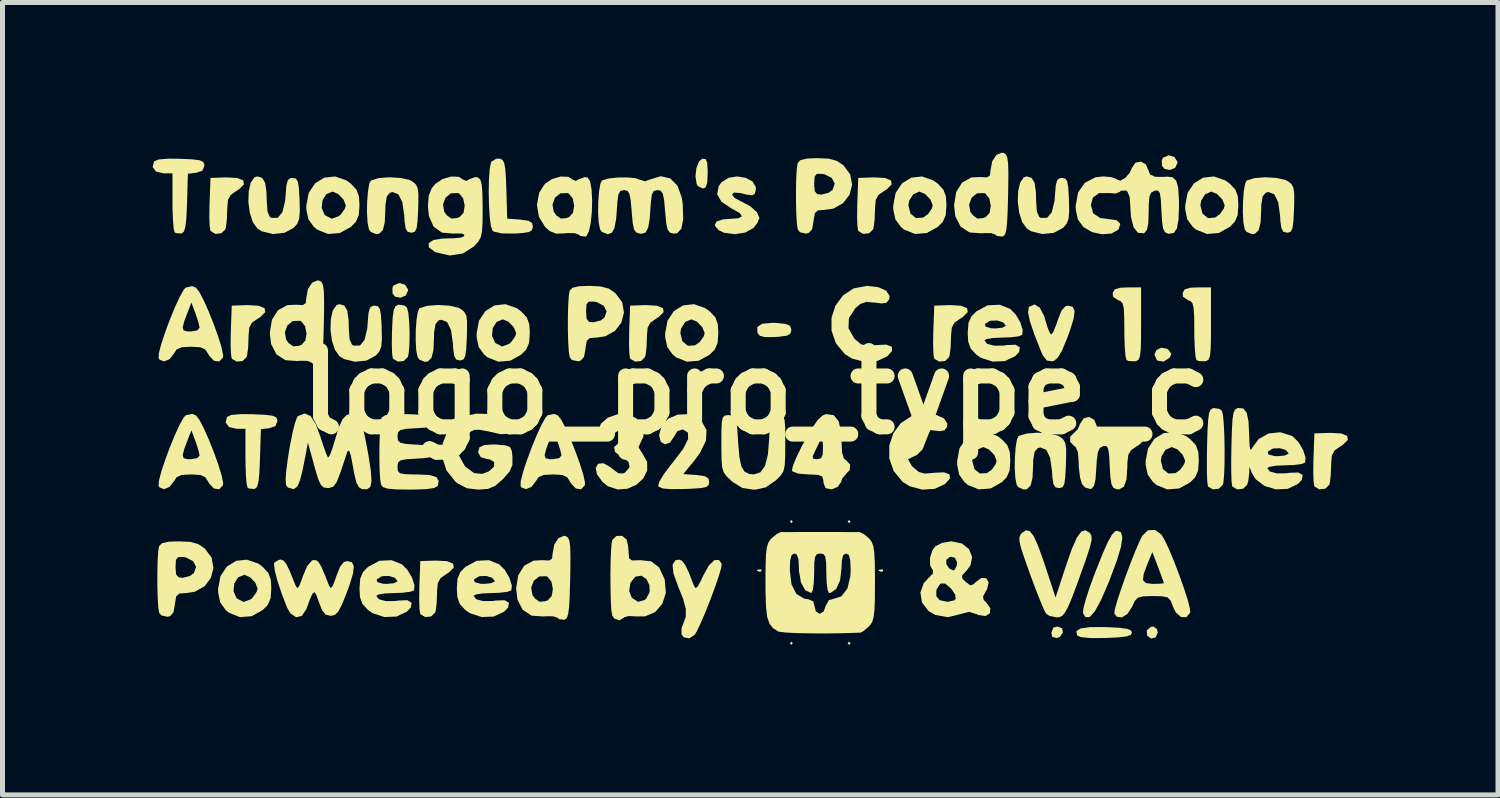
<source format=kicad_pcb>
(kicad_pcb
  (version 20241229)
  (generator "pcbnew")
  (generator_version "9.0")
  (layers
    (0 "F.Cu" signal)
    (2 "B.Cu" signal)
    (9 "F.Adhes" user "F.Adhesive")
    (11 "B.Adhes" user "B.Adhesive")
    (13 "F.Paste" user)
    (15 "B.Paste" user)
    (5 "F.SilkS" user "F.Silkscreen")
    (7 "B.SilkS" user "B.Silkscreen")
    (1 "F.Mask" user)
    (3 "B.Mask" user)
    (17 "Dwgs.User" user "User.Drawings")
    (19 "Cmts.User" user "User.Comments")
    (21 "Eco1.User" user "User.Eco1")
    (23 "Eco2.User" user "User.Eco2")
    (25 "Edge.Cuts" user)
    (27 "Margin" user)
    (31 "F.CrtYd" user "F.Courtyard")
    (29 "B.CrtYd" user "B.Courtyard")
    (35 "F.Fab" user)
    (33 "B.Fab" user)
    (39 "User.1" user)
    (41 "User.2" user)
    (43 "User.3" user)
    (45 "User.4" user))
  (footprint "logo_pro_type_c"
    (layer "F.Cu")
    (at 12.063 4.789)
    (property "Reference" "logo_pro_type_c" (at 0 0 0) (layer "F.SilkS") (effects (font (size 1.524 1.524) (thickness 0.3))))
    (attr board_only exclude_from_pos_files exclude_from_bom)
    (fp_poly (pts (xy 0.729 2.583) (xy 0.699 2.613) (xy 0.668 2.583) (xy 0.699 2.552)) (stroke (width 0) (type solid)) (fill yes) (layer "F.SilkS"))
    (fp_poly (pts (xy 0.729 5.013) (xy 0.699 5.044) (xy 0.668 5.013) (xy 0.699 4.983)) (stroke (width 0) (type solid)) (fill yes) (layer "F.SilkS"))
    (fp_poly (pts (xy 1.884 2.583) (xy 1.853 2.613) (xy 1.823 2.583) (xy 1.853 2.552)) (stroke (width 0) (type solid)) (fill yes) (layer "F.SilkS"))
    (fp_poly (pts (xy 1.884 5.013) (xy 1.853 5.044) (xy 1.823 5.013) (xy 1.853 4.983)) (stroke (width 0) (type solid)) (fill yes) (layer "F.SilkS"))
    (fp_poly (pts (xy 0.101 3.545) (xy 0.093 3.581) (xy 0.061 3.585) (xy 0.011 3.563) (xy 0.02 3.545) (xy 0.092 3.537)) (stroke (width 0) (type solid)) (fill yes) (layer "F.SilkS"))
    (fp_poly (pts (xy 2.532 3.545) (xy 2.524 3.581) (xy 2.491 3.585) (xy 2.441 3.563) (xy 2.451 3.545) (xy 2.523 3.537)) (stroke (width 0) (type solid)) (fill yes) (layer "F.SilkS"))
    (fp_poly (pts (xy 6.11 4.717) (xy 6.125 4.8) (xy 6.069 4.882) (xy 6 4.911) (xy 5.913 4.888) (xy 5.894 4.805) (xy 5.934 4.701) (xy 6.02 4.679)) (stroke (width 0) (type solid)) (fill yes) (layer "F.SilkS"))
    (fp_poly (pts (xy 8.004 4.73) (xy 8.021 4.8) (xy 7.978 4.898) (xy 7.886 4.92) (xy 7.808 4.861) (xy 7.8 4.759) (xy 7.879 4.688) (xy 7.933 4.679)) (stroke (width 0) (type solid)) (fill yes) (layer "F.SilkS"))
    (fp_poly (pts (xy -7.019 -2.15) (xy -6.959 -2.053) (xy -6.958 -2.035) (xy -7.005 -1.935) (xy -7.11 -1.89) (xy -7.219 -1.912) (xy -7.27 -1.975) (xy -7.272 -2.092) (xy -7.246 -2.137) (xy -7.133 -2.184)) (stroke (width 0) (type solid)) (fill yes) (layer "F.SilkS"))
    (fp_poly (pts (xy 8.206 -0.87) (xy 8.235 -0.849) (xy 8.293 -0.765) (xy 8.257 -0.691) (xy 8.14 -0.614) (xy 8.021 -0.631) (xy 8.001 -0.648) (xy 7.954 -0.753) (xy 7.994 -0.843) (xy 8.089 -0.892)) (stroke (width 0) (type solid)) (fill yes) (layer "F.SilkS"))
    (fp_poly (pts (xy 8.354 -4.702) (xy 8.415 -4.605) (xy 8.416 -4.587) (xy 8.369 -4.487) (xy 8.264 -4.442) (xy 8.155 -4.465) (xy 8.104 -4.527) (xy 8.102 -4.644) (xy 8.128 -4.689) (xy 8.241 -4.736)) (stroke (width 0) (type solid)) (fill yes) (layer "F.SilkS"))
    (fp_poly (pts (xy -1.015 -4.662) (xy -0.983 -4.595) (xy -0.973 -4.44) (xy -0.972 -4.38) (xy -0.981 -4.188) (xy -1.014 -4.093) (xy -1.065 -4.071) (xy -1.167 -4.119) (xy -1.191 -4.157) (xy -1.217 -4.313) (xy -1.198 -4.482) (xy -1.144 -4.616) (xy -1.079 -4.668)) (stroke (width 0) (type solid)) (fill yes) (layer "F.SilkS"))
    (fp_poly (pts (xy 0.402 -1.386) (xy 0.583 -1.367) (xy 0.672 -1.33) (xy 0.698 -1.262) (xy 0.699 -1.246) (xy 0.681 -1.173) (xy 0.61 -1.132) (xy 0.456 -1.111) (xy 0.379 -1.106) (xy 0.179 -1.103) (xy 0.069 -1.129) (xy 0.022 -1.186) (xy 0.018 -1.304) (xy 0.119 -1.371) (xy 0.328 -1.389)) (stroke (width 0) (type solid)) (fill yes) (layer "F.SilkS"))
    (fp_poly (pts (xy 6.994 4.692) (xy 7.252 4.705) (xy 7.41 4.726) (xy 7.487 4.759) (xy 7.505 4.8) (xy 7.48 4.847) (xy 7.395 4.878) (xy 7.226 4.897) (xy 6.978 4.909) (xy 6.678 4.911) (xy 6.486 4.892) (xy 6.409 4.858) (xy 6.394 4.774) (xy 6.476 4.719) (xy 6.662 4.692) (xy 6.96 4.69)) (stroke (width 0) (type solid)) (fill yes) (layer "F.SilkS"))
    (fp_poly (pts (xy -7.027 -1.733) (xy -6.981 -1.692) (xy -6.954 -1.589) (xy -6.937 -1.406) (xy -6.929 -1.183) (xy -6.932 -0.961) (xy -6.947 -0.782) (xy -6.964 -0.704) (xy -7.045 -0.626) (xy -7.162 -0.613) (xy -7.255 -0.667) (xy -7.266 -0.689) (xy -7.279 -0.786) (xy -7.284 -0.968) (xy -7.281 -1.2) (xy -7.279 -1.25) (xy -7.267 -1.495) (xy -7.246 -1.643) (xy -7.211 -1.72) (xy -7.156 -1.751) (xy -7.147 -1.752)) (stroke (width 0) (type solid)) (fill yes) (layer "F.SilkS"))
    (fp_poly (pts (xy 7.287 2.798) (xy 7.313 2.903) (xy 7.285 3.089) (xy 7.203 3.363) (xy 7.064 3.735) (xy 7.04 3.797) (xy 6.889 4.145) (xy 6.764 4.376) (xy 6.66 4.491) (xy 6.579 4.493) (xy 6.526 4.41) (xy 6.534 4.321) (xy 6.581 4.143) (xy 6.659 3.901) (xy 6.763 3.617) (xy 6.793 3.54) (xy 6.924 3.214) (xy 7.025 2.988) (xy 7.103 2.848) (xy 7.166 2.779) (xy 7.209 2.765)) (stroke (width 0) (type solid)) (fill yes) (layer "F.SilkS"))
    (fp_poly (pts (xy -10.372 -4.283) (xy -10.252 -4.233) (xy -10.238 -4.155) (xy -10.339 -4.055) (xy -10.391 -4.023) (xy -10.504 -3.943) (xy -10.557 -3.845) (xy -10.572 -3.681) (xy -10.573 -3.636) (xy -10.581 -3.444) (xy -10.6 -3.293) (xy -10.61 -3.256) (xy -10.691 -3.178) (xy -10.808 -3.165) (xy -10.901 -3.22) (xy -10.912 -3.241) (xy -10.925 -3.338) (xy -10.93 -3.52) (xy -10.927 -3.752) (xy -10.925 -3.803) (xy -10.907 -4.284) (xy -10.593 -4.295)) (stroke (width 0) (type solid)) (fill yes) (layer "F.SilkS"))
    (fp_poly (pts (xy -9.947 -1.73) (xy -9.826 -1.681) (xy -9.813 -1.602) (xy -9.913 -1.503) (xy -9.966 -1.47) (xy -10.079 -1.391) (xy -10.132 -1.292) (xy -10.147 -1.129) (xy -10.147 -1.084) (xy -10.155 -0.891) (xy -10.175 -0.741) (xy -10.185 -0.704) (xy -10.265 -0.626) (xy -10.382 -0.613) (xy -10.475 -0.667) (xy -10.487 -0.689) (xy -10.499 -0.786) (xy -10.505 -0.968) (xy -10.502 -1.2) (xy -10.5 -1.251) (xy -10.482 -1.732) (xy -10.168 -1.743)) (stroke (width 0) (type solid)) (fill yes) (layer "F.SilkS"))
    (fp_poly (pts (xy -6.179 3.374) (xy -6.059 3.423) (xy -6.046 3.502) (xy -6.146 3.601) (xy -6.198 3.634) (xy -6.311 3.713) (xy -6.365 3.812) (xy -6.38 3.976) (xy -6.38 4.021) (xy -6.388 4.213) (xy -6.407 4.364) (xy -6.417 4.401) (xy -6.498 4.478) (xy -6.615 4.491) (xy -6.708 4.437) (xy -6.719 4.415) (xy -6.732 4.319) (xy -6.737 4.137) (xy -6.734 3.905) (xy -6.733 3.853) (xy -6.715 3.372) (xy -6.4 3.362)) (stroke (width 0) (type solid)) (fill yes) (layer "F.SilkS"))
    (fp_poly (pts (xy -1.986 -1.73) (xy -1.866 -1.681) (xy -1.853 -1.602) (xy -1.953 -1.503) (xy -2.006 -1.47) (xy -2.119 -1.391) (xy -2.172 -1.292) (xy -2.187 -1.129) (xy -2.187 -1.084) (xy -2.195 -0.891) (xy -2.214 -0.741) (xy -2.224 -0.704) (xy -2.305 -0.626) (xy -2.422 -0.613) (xy -2.515 -0.667) (xy -2.526 -0.689) (xy -2.539 -0.786) (xy -2.544 -0.968) (xy -2.541 -1.2) (xy -2.54 -1.251) (xy -2.522 -1.732) (xy -2.208 -1.743)) (stroke (width 0) (type solid)) (fill yes) (layer "F.SilkS"))
    (fp_poly (pts (xy 2.571 -4.283) (xy 2.691 -4.233) (xy 2.705 -4.155) (xy 2.605 -4.055) (xy 2.552 -4.023) (xy 2.439 -3.943) (xy 2.386 -3.845) (xy 2.371 -3.681) (xy 2.37 -3.636) (xy 2.362 -3.444) (xy 2.343 -3.293) (xy 2.333 -3.256) (xy 2.253 -3.178) (xy 2.135 -3.165) (xy 2.042 -3.22) (xy 2.031 -3.241) (xy 2.018 -3.338) (xy 2.013 -3.52) (xy 2.016 -3.752) (xy 2.018 -3.803) (xy 2.036 -4.284) (xy 2.35 -4.295)) (stroke (width 0) (type solid)) (fill yes) (layer "F.SilkS"))
    (fp_poly (pts (xy 4.09 -1.73) (xy 4.211 -1.681) (xy 4.224 -1.602) (xy 4.124 -1.503) (xy 4.071 -1.47) (xy 3.958 -1.391) (xy 3.905 -1.292) (xy 3.89 -1.129) (xy 3.889 -1.084) (xy 3.882 -0.891) (xy 3.862 -0.741) (xy 3.852 -0.704) (xy 3.772 -0.626) (xy 3.655 -0.613) (xy 3.561 -0.667) (xy 3.55 -0.689) (xy 3.537 -0.786) (xy 3.532 -0.968) (xy 3.535 -1.2) (xy 3.537 -1.251) (xy 3.555 -1.732) (xy 3.869 -1.743)) (stroke (width 0) (type solid)) (fill yes) (layer "F.SilkS"))
    (fp_poly (pts (xy 11.686 0.822) (xy 11.806 0.871) (xy 11.819 0.95) (xy 11.719 1.049) (xy 11.667 1.082) (xy 11.554 1.161) (xy 11.5 1.26) (xy 11.485 1.424) (xy 11.485 1.469) (xy 11.477 1.661) (xy 11.458 1.811) (xy 11.448 1.848) (xy 11.367 1.926) (xy 11.25 1.939) (xy 11.157 1.885) (xy 11.146 1.863) (xy 11.133 1.767) (xy 11.128 1.584) (xy 11.131 1.352) (xy 11.133 1.301) (xy 11.15 0.82) (xy 11.465 0.81)) (stroke (width 0) (type solid)) (fill yes) (layer "F.SilkS"))
    (fp_poly (pts (xy 7.687 -1.367) (xy 7.686 -1.059) (xy 7.68 -0.852) (xy 7.665 -0.724) (xy 7.64 -0.657) (xy 7.599 -0.628) (xy 7.563 -0.62) (xy 7.442 -0.624) (xy 7.396 -0.646) (xy 7.377 -0.722) (xy 7.362 -0.89) (xy 7.354 -1.12) (xy 7.353 -1.249) (xy 7.35 -1.514) (xy 7.341 -1.681) (xy 7.318 -1.776) (xy 7.277 -1.823) (xy 7.226 -1.842) (xy 7.127 -1.911) (xy 7.12 -1.986) (xy 7.161 -2.057) (xy 7.268 -2.09) (xy 7.414 -2.096) (xy 7.687 -2.096)) (stroke (width 0) (type solid)) (fill yes) (layer "F.SilkS"))
    (fp_poly (pts (xy 9.084 -1.367) (xy 9.083 -1.059) (xy 9.077 -0.852) (xy 9.063 -0.724) (xy 9.037 -0.657) (xy 8.996 -0.628) (xy 8.96 -0.62) (xy 8.84 -0.624) (xy 8.793 -0.646) (xy 8.774 -0.722) (xy 8.76 -0.89) (xy 8.751 -1.12) (xy 8.75 -1.249) (xy 8.748 -1.514) (xy 8.738 -1.681) (xy 8.715 -1.776) (xy 8.674 -1.823) (xy 8.623 -1.842) (xy 8.525 -1.911) (xy 8.518 -1.986) (xy 8.559 -2.057) (xy 8.666 -2.09) (xy 8.812 -2.096) (xy 9.084 -2.096)) (stroke (width 0) (type solid)) (fill yes) (layer "F.SilkS"))
    (fp_poly (pts (xy 9.258 0.333) (xy 9.304 0.374) (xy 9.325 0.466) (xy 9.341 0.649) (xy 9.352 0.89) (xy 9.356 1.157) (xy 9.355 1.42) (xy 9.347 1.646) (xy 9.332 1.804) (xy 9.321 1.848) (xy 9.241 1.926) (xy 9.124 1.94) (xy 9.031 1.887) (xy 9.02 1.865) (xy 9.009 1.776) (xy 9.003 1.592) (xy 9.002 1.341) (xy 9.006 1.061) (xy 9.015 0.752) (xy 9.028 0.543) (xy 9.046 0.416) (xy 9.076 0.348) (xy 9.119 0.319) (xy 9.138 0.314)) (stroke (width 0) (type solid)) (fill yes) (layer "F.SilkS"))
    (fp_poly (pts (xy -5.074 -4.646) (xy -5.039 -4.586) (xy -5.017 -4.466) (xy -5.003 -4.264) (xy -4.996 -4.059) (xy -4.978 -3.47) (xy -4.722 -3.452) (xy -4.556 -3.429) (xy -4.481 -3.382) (xy -4.466 -3.312) (xy -4.481 -3.243) (xy -4.544 -3.203) (xy -4.683 -3.182) (xy -4.831 -3.172) (xy -5.081 -3.175) (xy -5.239 -3.209) (xy -5.272 -3.23) (xy -5.304 -3.321) (xy -5.328 -3.501) (xy -5.342 -3.737) (xy -5.348 -3.997) (xy -5.343 -4.247) (xy -5.329 -4.455) (xy -5.303 -4.589) (xy -5.294 -4.609) (xy -5.197 -4.668) (xy -5.127 -4.669)) (stroke (width 0) (type solid)) (fill yes) (layer "F.SilkS"))
    (fp_poly (pts (xy -11.51 -4.666) (xy -11.269 -4.655) (xy -11.125 -4.637) (xy -11.053 -4.605) (xy -11.03 -4.553) (xy -11.029 -4.527) (xy -11.07 -4.427) (xy -11.194 -4.386) (xy -11.359 -4.367) (xy -11.376 -3.78) (xy -11.388 -3.498) (xy -11.407 -3.317) (xy -11.435 -3.217) (xy -11.478 -3.176) (xy -11.488 -3.174) (xy -11.596 -3.181) (xy -11.624 -3.198) (xy -11.643 -3.274) (xy -11.657 -3.442) (xy -11.666 -3.673) (xy -11.667 -3.808) (xy -11.667 -4.375) (xy -11.843 -4.375) (xy -11.996 -4.411) (xy -12.063 -4.502) (xy -12.036 -4.611) (xy -11.95 -4.652) (xy -11.754 -4.669)) (stroke (width 0) (type solid)) (fill yes) (layer "F.SilkS"))
    (fp_poly (pts (xy -10.051 0.438) (xy -9.81 0.45) (xy -9.666 0.468) (xy -9.595 0.499) (xy -9.572 0.551) (xy -9.571 0.577) (xy -9.611 0.677) (xy -9.736 0.718) (xy -9.9 0.737) (xy -9.918 1.325) (xy -9.93 1.606) (xy -9.948 1.787) (xy -9.977 1.888) (xy -10.019 1.928) (xy -10.029 1.931) (xy -10.137 1.923) (xy -10.166 1.906) (xy -10.185 1.83) (xy -10.199 1.662) (xy -10.207 1.431) (xy -10.209 1.296) (xy -10.209 0.729) (xy -10.384 0.729) (xy -10.537 0.694) (xy -10.605 0.602) (xy -10.577 0.493) (xy -10.492 0.452) (xy -10.296 0.435)) (stroke (width 0) (type solid)) (fill yes) (layer "F.SilkS"))
    (fp_poly (pts (xy 5.663 -1.692) (xy 5.75 -1.525) (xy 5.778 -1.43) (xy 5.828 -1.268) (xy 5.874 -1.169) (xy 5.891 -1.155) (xy 5.932 -1.207) (xy 5.989 -1.342) (xy 6.023 -1.443) (xy 6.096 -1.63) (xy 6.173 -1.718) (xy 6.231 -1.732) (xy 6.322 -1.708) (xy 6.359 -1.626) (xy 6.34 -1.472) (xy 6.265 -1.231) (xy 6.213 -1.09) (xy 6.113 -0.848) (xy 6.031 -0.702) (xy 5.953 -0.632) (xy 5.909 -0.619) (xy 5.803 -0.636) (xy 5.721 -0.742) (xy 5.695 -0.801) (xy 5.554 -1.159) (xy 5.466 -1.419) (xy 5.43 -1.594) (xy 5.441 -1.693) (xy 5.453 -1.71) (xy 5.56 -1.756)) (stroke (width 0) (type solid)) (fill yes) (layer "F.SilkS"))
    (fp_poly (pts (xy -1.486 3.365) (xy -1.423 3.447) (xy -1.346 3.608) (xy -1.249 3.859) (xy -1.216 3.911) (xy -1.175 3.885) (xy -1.11 3.768) (xy -1.061 3.661) (xy -0.949 3.46) (xy -0.841 3.354) (xy -0.749 3.349) (xy -0.693 3.427) (xy -0.703 3.51) (xy -0.752 3.676) (xy -0.828 3.897) (xy -0.92 4.146) (xy -1.019 4.395) (xy -1.114 4.616) (xy -1.193 4.78) (xy -1.233 4.846) (xy -1.339 4.916) (xy -1.448 4.897) (xy -1.495 4.836) (xy -1.495 4.716) (xy -1.463 4.627) (xy -1.41 4.485) (xy -1.409 4.329) (xy -1.464 4.126) (xy -1.557 3.895) (xy -1.655 3.626) (xy -1.675 3.447) (xy -1.618 3.356) (xy -1.548 3.342)) (stroke (width 0) (type solid)) (fill yes) (layer "F.SilkS"))
    (fp_poly (pts (xy 2.44 -2.1) (xy 2.597 -2.029) (xy 2.663 -1.924) (xy 2.653 -1.857) (xy 2.603 -1.791) (xy 2.5 -1.776) (xy 2.372 -1.792) (xy 2.198 -1.807) (xy 2.077 -1.765) (xy 1.977 -1.679) (xy 1.849 -1.483) (xy 1.841 -1.28) (xy 1.952 -1.082) (xy 1.976 -1.057) (xy 2.091 -0.961) (xy 2.211 -0.928) (xy 2.39 -0.943) (xy 2.394 -0.944) (xy 2.596 -0.953) (xy 2.706 -0.912) (xy 2.713 -0.829) (xy 2.616 -0.719) (xy 2.409 -0.623) (xy 2.159 -0.608) (xy 1.913 -0.674) (xy 1.769 -0.763) (xy 1.588 -0.982) (xy 1.502 -1.232) (xy 1.502 -1.491) (xy 1.581 -1.733) (xy 1.731 -1.936) (xy 1.944 -2.076) (xy 2.211 -2.127)) (stroke (width 0) (type solid)) (fill yes) (layer "F.SilkS"))
    (fp_poly (pts (xy 3.595 0.452) (xy 3.752 0.523) (xy 3.817 0.628) (xy 3.808 0.695) (xy 3.757 0.761) (xy 3.655 0.776) (xy 3.526 0.76) (xy 3.353 0.745) (xy 3.232 0.787) (xy 3.132 0.873) (xy 3.004 1.069) (xy 2.995 1.273) (xy 3.106 1.47) (xy 3.13 1.495) (xy 3.246 1.591) (xy 3.365 1.624) (xy 3.544 1.609) (xy 3.548 1.608) (xy 3.751 1.599) (xy 3.86 1.64) (xy 3.868 1.723) (xy 3.77 1.833) (xy 3.563 1.929) (xy 3.314 1.944) (xy 3.067 1.878) (xy 2.923 1.789) (xy 2.743 1.571) (xy 2.656 1.32) (xy 2.657 1.062) (xy 2.736 0.819) (xy 2.886 0.616) (xy 3.099 0.477) (xy 3.366 0.425)) (stroke (width 0) (type solid)) (fill yes) (layer "F.SilkS"))
    (fp_poly (pts (xy -9.874 -4.285) (xy -9.815 -4.185) (xy -9.788 -3.996) (xy -9.783 -3.821) (xy -9.768 -3.612) (xy -9.721 -3.504) (xy -9.691 -3.485) (xy -9.562 -3.487) (xy -9.47 -3.601) (xy -9.416 -3.824) (xy -9.406 -3.94) (xy -9.39 -4.137) (xy -9.361 -4.241) (xy -9.308 -4.28) (xy -9.267 -4.284) (xy -9.203 -4.271) (xy -9.164 -4.217) (xy -9.142 -4.095) (xy -9.129 -3.88) (xy -9.127 -3.848) (xy -9.122 -3.613) (xy -9.136 -3.464) (xy -9.175 -3.366) (xy -9.245 -3.286) (xy -9.432 -3.186) (xy -9.661 -3.163) (xy -9.881 -3.217) (xy -9.967 -3.27) (xy -10.061 -3.399) (xy -10.122 -3.587) (xy -10.15 -3.801) (xy -10.144 -4.012) (xy -10.104 -4.186) (xy -10.031 -4.295) (xy -9.971 -4.314)) (stroke (width 0) (type solid)) (fill yes) (layer "F.SilkS"))
    (fp_poly (pts (xy -8.233 -1.733) (xy -8.174 -1.633) (xy -8.147 -1.443) (xy -8.143 -1.269) (xy -8.128 -1.06) (xy -8.08 -0.952) (xy -8.051 -0.933) (xy -7.921 -0.935) (xy -7.829 -1.049) (xy -7.775 -1.271) (xy -7.766 -1.387) (xy -7.75 -1.585) (xy -7.721 -1.689) (xy -7.667 -1.728) (xy -7.626 -1.732) (xy -7.562 -1.719) (xy -7.523 -1.665) (xy -7.501 -1.543) (xy -7.488 -1.328) (xy -7.487 -1.296) (xy -7.482 -1.061) (xy -7.495 -0.911) (xy -7.534 -0.814) (xy -7.605 -0.734) (xy -7.791 -0.634) (xy -8.021 -0.611) (xy -8.24 -0.665) (xy -8.326 -0.718) (xy -8.42 -0.847) (xy -8.481 -1.035) (xy -8.509 -1.249) (xy -8.503 -1.46) (xy -8.464 -1.634) (xy -8.39 -1.742) (xy -8.33 -1.762)) (stroke (width 0) (type solid)) (fill yes) (layer "F.SilkS"))
    (fp_poly (pts (xy -1.021 -1.682) (xy -0.93 -1.616) (xy -0.819 -1.497) (xy -0.77 -1.359) (xy -0.76 -1.185) (xy -0.774 -0.988) (xy -0.831 -0.856) (xy -0.93 -0.754) (xy -1.152 -0.631) (xy -1.388 -0.612) (xy -1.605 -0.699) (xy -1.674 -0.757) (xy -1.78 -0.905) (xy -1.821 -1.095) (xy -1.823 -1.174) (xy -1.821 -1.185) (xy -1.519 -1.185) (xy -1.476 -1.017) (xy -1.368 -0.93) (xy -1.228 -0.938) (xy -1.129 -1.007) (xy -1.051 -1.119) (xy -1.033 -1.185) (xy -1.08 -1.301) (xy -1.185 -1.41) (xy -1.298 -1.458) (xy -1.299 -1.458) (xy -1.423 -1.405) (xy -1.505 -1.274) (xy -1.519 -1.185) (xy -1.821 -1.185) (xy -1.775 -1.432) (xy -1.647 -1.624) (xy -1.463 -1.737) (xy -1.246 -1.761)) (stroke (width 0) (type solid)) (fill yes) (layer "F.SilkS"))
    (fp_poly (pts (xy -0.213 -4.286) (xy -0.077 -4.213) (xy -0.01 -4.1) (xy -0.012 -4.037) (xy -0.035 -3.963) (xy -0.085 -3.937) (xy -0.194 -3.951) (xy -0.32 -3.982) (xy -0.449 -3.991) (xy -0.486 -3.949) (xy -0.429 -3.879) (xy -0.319 -3.822) (xy -0.125 -3.721) (xy 0.012 -3.598) (xy 0.061 -3.485) (xy 0.021 -3.384) (xy -0.061 -3.281) (xy -0.223 -3.192) (xy -0.438 -3.16) (xy -0.649 -3.189) (xy -0.757 -3.242) (xy -0.833 -3.335) (xy -0.799 -3.411) (xy -0.667 -3.456) (xy -0.553 -3.464) (xy -0.362 -3.477) (xy -0.289 -3.517) (xy -0.334 -3.583) (xy -0.498 -3.675) (xy -0.698 -3.808) (xy -0.783 -3.959) (xy -0.751 -4.12) (xy -0.694 -4.198) (xy -0.555 -4.287) (xy -0.383 -4.314)) (stroke (width 0) (type solid)) (fill yes) (layer "F.SilkS"))
    (fp_poly (pts (xy 3.536 -4.234) (xy 3.627 -4.168) (xy 3.738 -4.049) (xy 3.788 -3.911) (xy 3.798 -3.737) (xy 3.784 -3.54) (xy 3.727 -3.409) (xy 3.627 -3.306) (xy 3.405 -3.183) (xy 3.17 -3.164) (xy 2.952 -3.251) (xy 2.884 -3.309) (xy 2.777 -3.457) (xy 2.737 -3.647) (xy 2.734 -3.726) (xy 2.737 -3.737) (xy 3.038 -3.737) (xy 3.081 -3.569) (xy 3.189 -3.482) (xy 3.33 -3.491) (xy 3.429 -3.559) (xy 3.506 -3.671) (xy 3.524 -3.737) (xy 3.478 -3.853) (xy 3.372 -3.962) (xy 3.259 -4.011) (xy 3.259 -4.011) (xy 3.134 -3.957) (xy 3.052 -3.826) (xy 3.038 -3.737) (xy 2.737 -3.737) (xy 2.782 -3.984) (xy 2.911 -4.176) (xy 3.095 -4.289) (xy 3.311 -4.313)) (stroke (width 0) (type solid)) (fill yes) (layer "F.SilkS"))
    (fp_poly (pts (xy 4.812 0.87) (xy 4.903 0.937) (xy 5.014 1.056) (xy 5.064 1.193) (xy 5.074 1.367) (xy 5.06 1.564) (xy 5.003 1.696) (xy 4.903 1.798) (xy 4.681 1.921) (xy 4.446 1.94) (xy 4.228 1.853) (xy 4.16 1.795) (xy 4.053 1.647) (xy 4.013 1.457) (xy 4.011 1.378) (xy 4.013 1.367) (xy 4.314 1.367) (xy 4.357 1.535) (xy 4.465 1.622) (xy 4.606 1.614) (xy 4.705 1.545) (xy 4.782 1.433) (xy 4.8 1.367) (xy 4.754 1.251) (xy 4.648 1.142) (xy 4.535 1.094) (xy 4.535 1.094) (xy 4.41 1.147) (xy 4.328 1.278) (xy 4.314 1.367) (xy 4.013 1.367) (xy 4.059 1.12) (xy 4.187 0.929) (xy 4.371 0.815) (xy 4.587 0.792)) (stroke (width 0) (type solid)) (fill yes) (layer "F.SilkS"))
    (fp_poly (pts (xy 5.5 -4.285) (xy 5.559 -4.185) (xy 5.586 -3.996) (xy 5.59 -3.821) (xy 5.605 -3.612) (xy 5.653 -3.504) (xy 5.682 -3.485) (xy 5.812 -3.487) (xy 5.904 -3.601) (xy 5.958 -3.824) (xy 5.967 -3.94) (xy 5.983 -4.137) (xy 6.012 -4.241) (xy 6.066 -4.28) (xy 6.107 -4.284) (xy 6.171 -4.271) (xy 6.21 -4.217) (xy 6.232 -4.095) (xy 6.245 -3.88) (xy 6.246 -3.848) (xy 6.251 -3.613) (xy 6.238 -3.464) (xy 6.199 -3.366) (xy 6.128 -3.286) (xy 5.942 -3.186) (xy 5.712 -3.163) (xy 5.493 -3.217) (xy 5.407 -3.27) (xy 5.313 -3.399) (xy 5.252 -3.587) (xy 5.224 -3.801) (xy 5.23 -4.012) (xy 5.269 -4.186) (xy 5.343 -4.295) (xy 5.403 -4.314)) (stroke (width 0) (type solid)) (fill yes) (layer "F.SilkS"))
    (fp_poly (pts (xy 8.58 0.87) (xy 8.671 0.937) (xy 8.782 1.056) (xy 8.831 1.193) (xy 8.841 1.367) (xy 8.827 1.564) (xy 8.77 1.696) (xy 8.671 1.798) (xy 8.449 1.921) (xy 8.213 1.94) (xy 7.996 1.853) (xy 7.927 1.795) (xy 7.821 1.647) (xy 7.78 1.457) (xy 7.778 1.378) (xy 7.78 1.367) (xy 8.082 1.367) (xy 8.125 1.535) (xy 8.232 1.622) (xy 8.373 1.614) (xy 8.472 1.545) (xy 8.55 1.433) (xy 8.568 1.367) (xy 8.521 1.251) (xy 8.416 1.142) (xy 8.303 1.094) (xy 8.302 1.094) (xy 8.177 1.147) (xy 8.096 1.278) (xy 8.082 1.367) (xy 7.78 1.367) (xy 7.826 1.12) (xy 7.954 0.929) (xy 8.138 0.815) (xy 8.355 0.792)) (stroke (width 0) (type solid)) (fill yes) (layer "F.SilkS"))
    (fp_poly (pts (xy 9.369 -4.234) (xy 9.461 -4.168) (xy 9.572 -4.049) (xy 9.621 -3.911) (xy 9.631 -3.737) (xy 9.617 -3.54) (xy 9.56 -3.409) (xy 9.461 -3.306) (xy 9.239 -3.183) (xy 9.003 -3.164) (xy 8.786 -3.251) (xy 8.717 -3.309) (xy 8.61 -3.457) (xy 8.57 -3.647) (xy 8.568 -3.726) (xy 8.57 -3.737) (xy 8.872 -3.737) (xy 8.915 -3.569) (xy 9.022 -3.482) (xy 9.163 -3.491) (xy 9.262 -3.559) (xy 9.34 -3.671) (xy 9.358 -3.737) (xy 9.311 -3.853) (xy 9.206 -3.962) (xy 9.093 -4.011) (xy 9.092 -4.011) (xy 8.967 -3.957) (xy 8.886 -3.826) (xy 8.872 -3.737) (xy 8.57 -3.737) (xy 8.616 -3.984) (xy 8.744 -4.176) (xy 8.928 -4.289) (xy 9.145 -4.313)) (stroke (width 0) (type solid)) (fill yes) (layer "F.SilkS"))
    (fp_poly (pts (xy -9.954 3.422) (xy -9.863 3.489) (xy -9.752 3.608) (xy -9.702 3.745) (xy -9.692 3.919) (xy -9.706 4.116) (xy -9.763 4.248) (xy -9.863 4.35) (xy -10.085 4.474) (xy -10.32 4.492) (xy -10.538 4.405) (xy -10.606 4.347) (xy -10.713 4.199) (xy -10.753 4.009) (xy -10.754 3.973) (xy -10.447 3.973) (xy -10.388 4.11) (xy -10.379 4.12) (xy -10.246 4.189) (xy -10.105 4.137) (xy -10.061 4.097) (xy -9.984 3.985) (xy -9.966 3.919) (xy -10.012 3.803) (xy -10.118 3.694) (xy -10.231 3.646) (xy -10.231 3.646) (xy -10.355 3.697) (xy -10.432 3.821) (xy -10.447 3.973) (xy -10.754 3.973) (xy -10.756 3.93) (xy -10.707 3.672) (xy -10.579 3.481) (xy -10.395 3.367) (xy -10.179 3.344)) (stroke (width 0) (type solid)) (fill yes) (layer "F.SilkS"))
    (fp_poly (pts (xy -8.192 -4.234) (xy -8.1 -4.168) (xy -7.99 -4.049) (xy -7.94 -3.911) (xy -7.93 -3.737) (xy -7.944 -3.54) (xy -8.001 -3.409) (xy -8.1 -3.306) (xy -8.323 -3.183) (xy -8.558 -3.164) (xy -8.776 -3.251) (xy -8.844 -3.309) (xy -8.951 -3.457) (xy -8.991 -3.647) (xy -8.992 -3.683) (xy -8.685 -3.683) (xy -8.626 -3.546) (xy -8.617 -3.537) (xy -8.484 -3.468) (xy -8.343 -3.52) (xy -8.299 -3.559) (xy -8.221 -3.671) (xy -8.203 -3.737) (xy -8.25 -3.853) (xy -8.355 -3.962) (xy -8.469 -4.011) (xy -8.469 -4.011) (xy -8.593 -3.959) (xy -8.669 -3.836) (xy -8.685 -3.683) (xy -8.992 -3.683) (xy -8.993 -3.726) (xy -8.945 -3.984) (xy -8.817 -4.176) (xy -8.633 -4.289) (xy -8.416 -4.313)) (stroke (width 0) (type solid)) (fill yes) (layer "F.SilkS"))
    (fp_poly (pts (xy -4.789 -1.682) (xy -4.698 -1.616) (xy -4.587 -1.497) (xy -4.537 -1.359) (xy -4.527 -1.185) (xy -4.541 -0.988) (xy -4.598 -0.856) (xy -4.698 -0.754) (xy -4.92 -0.631) (xy -5.155 -0.612) (xy -5.373 -0.699) (xy -5.441 -0.757) (xy -5.548 -0.905) (xy -5.588 -1.095) (xy -5.589 -1.131) (xy -5.282 -1.131) (xy -5.223 -0.994) (xy -5.214 -0.984) (xy -5.081 -0.916) (xy -4.94 -0.968) (xy -4.896 -1.007) (xy -4.818 -1.119) (xy -4.8 -1.185) (xy -4.847 -1.301) (xy -4.952 -1.41) (xy -5.066 -1.458) (xy -5.066 -1.458) (xy -5.19 -1.407) (xy -5.267 -1.284) (xy -5.282 -1.131) (xy -5.589 -1.131) (xy -5.59 -1.174) (xy -5.542 -1.432) (xy -5.414 -1.624) (xy -5.23 -1.737) (xy -5.014 -1.761)) (stroke (width 0) (type solid)) (fill yes) (layer "F.SilkS"))
    (fp_poly (pts (xy -7.11 -4.284) (xy -6.929 -4.243) (xy -6.884 -4.22) (xy -6.811 -4.163) (xy -6.77 -4.089) (xy -6.753 -3.969) (xy -6.754 -3.771) (xy -6.758 -3.658) (xy -6.77 -3.421) (xy -6.788 -3.28) (xy -6.821 -3.212) (xy -6.875 -3.191) (xy -6.897 -3.19) (xy -6.967 -3.206) (xy -7.008 -3.273) (xy -7.029 -3.418) (xy -7.036 -3.535) (xy -7.074 -3.799) (xy -7.152 -3.956) (xy -7.267 -4.002) (xy -7.321 -3.989) (xy -7.384 -3.916) (xy -7.411 -3.75) (xy -7.413 -3.653) (xy -7.425 -3.396) (xy -7.463 -3.241) (xy -7.535 -3.17) (xy -7.596 -3.16) (xy -7.707 -3.207) (xy -7.741 -3.256) (xy -7.768 -3.391) (xy -7.78 -3.587) (xy -7.777 -3.807) (xy -7.761 -4.013) (xy -7.735 -4.168) (xy -7.703 -4.232) (xy -7.551 -4.28) (xy -7.335 -4.297)) (stroke (width 0) (type solid)) (fill yes) (layer "F.SilkS"))
    (fp_poly (pts (xy -6.138 -1.732) (xy -5.956 -1.691) (xy -5.911 -1.668) (xy -5.839 -1.611) (xy -5.797 -1.537) (xy -5.781 -1.417) (xy -5.782 -1.219) (xy -5.785 -1.106) (xy -5.797 -0.869) (xy -5.816 -0.728) (xy -5.849 -0.66) (xy -5.903 -0.639) (xy -5.925 -0.638) (xy -5.995 -0.654) (xy -6.035 -0.721) (xy -6.057 -0.866) (xy -6.064 -0.982) (xy -6.102 -1.247) (xy -6.179 -1.404) (xy -6.294 -1.45) (xy -6.349 -1.437) (xy -6.411 -1.364) (xy -6.439 -1.198) (xy -6.441 -1.101) (xy -6.452 -0.844) (xy -6.491 -0.689) (xy -6.563 -0.618) (xy -6.623 -0.608) (xy -6.735 -0.655) (xy -6.769 -0.704) (xy -6.796 -0.839) (xy -6.807 -1.035) (xy -6.805 -1.255) (xy -6.789 -1.461) (xy -6.762 -1.616) (xy -6.731 -1.68) (xy -6.579 -1.728) (xy -6.363 -1.745)) (stroke (width 0) (type solid)) (fill yes) (layer "F.SilkS"))
    (fp_poly (pts (xy 5.833 0.82) (xy 6.014 0.862) (xy 6.06 0.884) (xy 6.132 0.941) (xy 6.173 1.015) (xy 6.19 1.135) (xy 6.189 1.333) (xy 6.185 1.446) (xy 6.173 1.683) (xy 6.155 1.824) (xy 6.122 1.892) (xy 6.068 1.913) (xy 6.046 1.914) (xy 5.976 1.898) (xy 5.935 1.832) (xy 5.914 1.686) (xy 5.907 1.57) (xy 5.869 1.305) (xy 5.792 1.148) (xy 5.676 1.102) (xy 5.622 1.115) (xy 5.559 1.188) (xy 5.532 1.354) (xy 5.53 1.451) (xy 5.518 1.708) (xy 5.48 1.863) (xy 5.408 1.934) (xy 5.347 1.944) (xy 5.236 1.897) (xy 5.202 1.848) (xy 5.175 1.713) (xy 5.163 1.517) (xy 5.166 1.297) (xy 5.182 1.091) (xy 5.208 0.937) (xy 5.24 0.872) (xy 5.392 0.825) (xy 5.608 0.807)) (stroke (width 0) (type solid)) (fill yes) (layer "F.SilkS"))
    (fp_poly (pts (xy 10.391 -4.284) (xy 10.572 -4.243) (xy 10.617 -4.22) (xy 10.69 -4.163) (xy 10.731 -4.089) (xy 10.748 -3.969) (xy 10.747 -3.771) (xy 10.743 -3.658) (xy 10.731 -3.421) (xy 10.712 -3.28) (xy 10.679 -3.212) (xy 10.625 -3.191) (xy 10.604 -3.19) (xy 10.533 -3.206) (xy 10.493 -3.273) (xy 10.471 -3.418) (xy 10.464 -3.535) (xy 10.427 -3.799) (xy 10.349 -3.956) (xy 10.234 -4.002) (xy 10.179 -3.989) (xy 10.117 -3.916) (xy 10.089 -3.75) (xy 10.087 -3.653) (xy 10.076 -3.396) (xy 10.037 -3.241) (xy 9.965 -3.17) (xy 9.905 -3.16) (xy 9.793 -3.207) (xy 9.759 -3.256) (xy 9.732 -3.391) (xy 9.721 -3.587) (xy 9.724 -3.807) (xy 9.739 -4.013) (xy 9.766 -4.168) (xy 9.797 -4.232) (xy 9.95 -4.28) (xy 10.165 -4.297)) (stroke (width 0) (type solid)) (fill yes) (layer "F.SilkS"))
    (fp_poly (pts (xy -1.173 0.51) (xy -1.096 0.575) (xy -0.996 0.753) (xy -1.006 0.962) (xy -1.125 1.209) (xy -1.247 1.373) (xy -1.461 1.634) (xy -1.201 1.652) (xy -1.034 1.675) (xy -0.958 1.721) (xy -0.942 1.793) (xy -0.953 1.853) (xy -1.002 1.891) (xy -1.114 1.914) (xy -1.312 1.927) (xy -1.436 1.932) (xy -1.7 1.935) (xy -1.863 1.922) (xy -1.945 1.89) (xy -1.961 1.866) (xy -1.939 1.785) (xy -1.852 1.64) (xy -1.717 1.459) (xy -1.663 1.393) (xy -1.463 1.131) (xy -1.364 0.935) (xy -1.367 0.805) (xy -1.47 0.741) (xy -1.473 0.741) (xy -1.579 0.777) (xy -1.639 0.877) (xy -1.726 1.005) (xy -1.829 1.04) (xy -1.913 0.984) (xy -1.944 0.855) (xy -1.892 0.665) (xy -1.757 0.525) (xy -1.571 0.446) (xy -1.365 0.437)) (stroke (width 0) (type solid)) (fill yes) (layer "F.SilkS"))
    (fp_poly (pts (xy 6.661 2.807) (xy 6.665 2.811) (xy 6.697 2.867) (xy 6.697 2.958) (xy 6.661 3.107) (xy 6.586 3.337) (xy 6.54 3.466) (xy 6.408 3.834) (xy 6.307 4.102) (xy 6.229 4.286) (xy 6.166 4.402) (xy 6.111 4.466) (xy 6.054 4.492) (xy 5.996 4.497) (xy 5.857 4.468) (xy 5.787 4.421) (xy 5.744 4.337) (xy 5.671 4.163) (xy 5.577 3.924) (xy 5.473 3.645) (xy 5.467 3.627) (xy 5.36 3.327) (xy 5.291 3.12) (xy 5.258 2.983) (xy 5.256 2.897) (xy 5.279 2.841) (xy 5.304 2.812) (xy 5.385 2.757) (xy 5.46 2.772) (xy 5.538 2.868) (xy 5.625 3.056) (xy 5.731 3.348) (xy 5.774 3.477) (xy 5.978 4.099) (xy 6.192 3.449) (xy 6.307 3.121) (xy 6.405 2.903) (xy 6.491 2.784) (xy 6.574 2.756)) (stroke (width 0) (type solid)) (fill yes) (layer "F.SilkS"))
    (fp_poly (pts (xy -3.756 -4.306) (xy -3.674 -4.251) (xy -3.606 -4.223) (xy -3.55 -4.257) (xy -3.43 -4.3) (xy -3.371 -4.292) (xy -3.322 -4.216) (xy -3.293 -4.055) (xy -3.281 -3.841) (xy -3.287 -3.608) (xy -3.309 -3.388) (xy -3.346 -3.215) (xy -3.396 -3.12) (xy -3.412 -3.112) (xy -3.519 -3.125) (xy -3.549 -3.151) (xy -3.627 -3.18) (xy -3.775 -3.182) (xy -3.824 -3.177) (xy -4.002 -3.17) (xy -4.131 -3.224) (xy -4.219 -3.302) (xy -4.344 -3.504) (xy -4.385 -3.748) (xy -4.383 -3.754) (xy -4.074 -3.754) (xy -4.049 -3.608) (xy -3.998 -3.537) (xy -3.907 -3.472) (xy -3.799 -3.481) (xy -3.742 -3.501) (xy -3.664 -3.586) (xy -3.64 -3.728) (xy -3.669 -3.873) (xy -3.748 -3.971) (xy -3.77 -3.981) (xy -3.916 -3.977) (xy -4.023 -3.89) (xy -4.074 -3.754) (xy -4.383 -3.754) (xy -4.339 -3.988) (xy -4.226 -4.165) (xy -4.079 -4.263) (xy -3.908 -4.312)) (stroke (width 0) (type solid)) (fill yes) (layer "F.SilkS"))
    (fp_poly (pts (xy -11.312 2.989) (xy -11.155 3.031) (xy -11.024 3.118) (xy -11.02 3.122) (xy -10.884 3.305) (xy -10.848 3.51) (xy -10.9 3.71) (xy -11.028 3.878) (xy -11.222 3.985) (xy -11.393 4.011) (xy -11.529 4.02) (xy -11.591 4.074) (xy -11.615 4.208) (xy -11.618 4.238) (xy -11.647 4.398) (xy -11.713 4.471) (xy -11.766 4.485) (xy -11.889 4.458) (xy -11.933 4.404) (xy -11.951 4.293) (xy -11.963 4.097) (xy -11.969 3.85) (xy -11.969 3.588) (xy -11.966 3.49) (xy -11.606 3.49) (xy -11.595 3.636) (xy -11.546 3.696) (xy -11.462 3.707) (xy -11.314 3.668) (xy -11.237 3.61) (xy -11.195 3.487) (xy -11.254 3.374) (xy -11.395 3.301) (xy -11.445 3.292) (xy -11.552 3.292) (xy -11.597 3.346) (xy -11.606 3.489) (xy -11.606 3.49) (xy -11.966 3.49) (xy -11.963 3.347) (xy -11.95 3.161) (xy -11.934 3.074) (xy -11.877 3.015) (xy -11.747 2.985) (xy -11.542 2.978)) (stroke (width 0) (type solid)) (fill yes) (layer "F.SilkS"))
    (fp_poly (pts (xy -7.082 3.437) (xy -6.971 3.549) (xy -6.88 3.704) (xy -6.831 3.857) (xy -6.84 3.957) (xy -6.914 3.985) (xy -7.072 4.005) (xy -7.235 4.011) (xy -7.426 4.019) (xy -7.557 4.042) (xy -7.596 4.067) (xy -7.542 4.135) (xy -7.404 4.172) (xy -7.215 4.17) (xy -7.15 4.16) (xy -6.974 4.154) (xy -6.888 4.205) (xy -6.904 4.299) (xy -6.985 4.385) (xy -7.192 4.481) (xy -7.436 4.49) (xy -7.669 4.413) (xy -7.759 4.35) (xy -7.87 4.231) (xy -7.92 4.093) (xy -7.93 3.919) (xy -7.917 3.741) (xy -7.588 3.741) (xy -7.571 3.794) (xy -7.455 3.825) (xy -7.383 3.828) (xy -7.242 3.814) (xy -7.172 3.779) (xy -7.17 3.772) (xy -7.222 3.706) (xy -7.341 3.669) (xy -7.473 3.674) (xy -7.496 3.681) (xy -7.588 3.741) (xy -7.917 3.741) (xy -7.916 3.723) (xy -7.859 3.591) (xy -7.759 3.489) (xy -7.534 3.367) (xy -7.29 3.354)) (stroke (width 0) (type solid)) (fill yes) (layer "F.SilkS"))
    (fp_poly (pts (xy -5.137 3.437) (xy -5.026 3.549) (xy -4.936 3.704) (xy -4.886 3.857) (xy -4.896 3.957) (xy -4.97 3.985) (xy -5.128 4.005) (xy -5.29 4.011) (xy -5.481 4.019) (xy -5.612 4.042) (xy -5.651 4.067) (xy -5.597 4.135) (xy -5.459 4.172) (xy -5.271 4.17) (xy -5.205 4.16) (xy -5.03 4.154) (xy -4.944 4.205) (xy -4.959 4.299) (xy -5.041 4.385) (xy -5.248 4.481) (xy -5.491 4.49) (xy -5.724 4.413) (xy -5.815 4.35) (xy -5.926 4.231) (xy -5.975 4.093) (xy -5.985 3.919) (xy -5.973 3.741) (xy -5.644 3.741) (xy -5.626 3.794) (xy -5.51 3.825) (xy -5.439 3.828) (xy -5.298 3.814) (xy -5.228 3.779) (xy -5.226 3.772) (xy -5.277 3.706) (xy -5.396 3.669) (xy -5.528 3.674) (xy -5.551 3.681) (xy -5.644 3.741) (xy -5.973 3.741) (xy -5.971 3.723) (xy -5.914 3.591) (xy -5.815 3.489) (xy -5.59 3.367) (xy -5.345 3.354)) (stroke (width 0) (type solid)) (fill yes) (layer "F.SilkS"))
    (fp_poly (pts (xy -3.109 -2.115) (xy -2.951 -2.073) (xy -2.821 -1.986) (xy -2.817 -1.983) (xy -2.681 -1.8) (xy -2.645 -1.594) (xy -2.697 -1.394) (xy -2.825 -1.227) (xy -3.019 -1.119) (xy -3.19 -1.094) (xy -3.326 -1.084) (xy -3.388 -1.03) (xy -3.412 -0.896) (xy -3.414 -0.866) (xy -3.444 -0.706) (xy -3.51 -0.634) (xy -3.562 -0.62) (xy -3.686 -0.646) (xy -3.729 -0.701) (xy -3.748 -0.811) (xy -3.76 -1.007) (xy -3.766 -1.254) (xy -3.766 -1.516) (xy -3.763 -1.614) (xy -3.403 -1.614) (xy -3.392 -1.468) (xy -3.342 -1.408) (xy -3.258 -1.398) (xy -3.111 -1.436) (xy -3.034 -1.494) (xy -2.992 -1.618) (xy -3.05 -1.73) (xy -3.192 -1.803) (xy -3.242 -1.812) (xy -3.349 -1.813) (xy -3.394 -1.758) (xy -3.403 -1.615) (xy -3.403 -1.614) (xy -3.763 -1.614) (xy -3.759 -1.758) (xy -3.746 -1.943) (xy -3.731 -2.031) (xy -3.674 -2.089) (xy -3.544 -2.119) (xy -3.339 -2.127)) (stroke (width 0) (type solid)) (fill yes) (layer "F.SilkS"))
    (fp_poly (pts (xy -2.413 0.51) (xy -2.37 0.547) (xy -2.272 0.707) (xy -2.255 0.882) (xy -2.32 1.019) (xy -2.354 1.097) (xy -2.293 1.199) (xy -2.282 1.212) (xy -2.182 1.39) (xy -2.181 1.565) (xy -2.261 1.723) (xy -2.4 1.849) (xy -2.577 1.927) (xy -2.772 1.941) (xy -2.965 1.878) (xy -3.071 1.795) (xy -3.185 1.638) (xy -3.21 1.508) (xy -3.161 1.427) (xy -3.056 1.417) (xy -2.909 1.5) (xy -2.881 1.525) (xy -2.758 1.617) (xy -2.664 1.621) (xy -2.625 1.602) (xy -2.532 1.497) (xy -2.555 1.388) (xy -2.689 1.289) (xy -2.825 1.192) (xy -2.841 1.093) (xy -2.737 0.999) (xy -2.704 0.983) (xy -2.579 0.897) (xy -2.563 0.812) (xy -2.646 0.75) (xy -2.756 0.763) (xy -2.885 0.849) (xy -3.022 0.939) (xy -3.118 0.923) (xy -3.159 0.807) (xy -3.16 0.789) (xy -3.107 0.627) (xy -2.971 0.508) (xy -2.787 0.442) (xy -2.59 0.439)) (stroke (width 0) (type solid)) (fill yes) (layer "F.SilkS"))
    (fp_poly (pts (xy 1.449 -4.668) (xy 1.606 -4.625) (xy 1.737 -4.538) (xy 1.741 -4.535) (xy 1.876 -4.352) (xy 1.913 -4.147) (xy 1.861 -3.946) (xy 1.732 -3.779) (xy 1.539 -3.671) (xy 1.368 -3.646) (xy 1.232 -3.636) (xy 1.17 -3.582) (xy 1.146 -3.448) (xy 1.143 -3.418) (xy 1.114 -3.258) (xy 1.048 -3.186) (xy 0.995 -3.172) (xy 0.871 -3.198) (xy 0.828 -3.253) (xy 0.81 -3.363) (xy 0.798 -3.56) (xy 0.792 -3.806) (xy 0.792 -4.068) (xy 0.794 -4.166) (xy 1.155 -4.166) (xy 1.166 -4.021) (xy 1.215 -3.96) (xy 1.299 -3.95) (xy 1.446 -3.988) (xy 1.523 -4.046) (xy 1.566 -4.17) (xy 1.507 -4.283) (xy 1.366 -4.355) (xy 1.316 -4.364) (xy 1.208 -4.365) (xy 1.164 -4.31) (xy 1.155 -4.167) (xy 1.155 -4.166) (xy 0.794 -4.166) (xy 0.798 -4.31) (xy 0.811 -4.495) (xy 0.827 -4.583) (xy 0.884 -4.641) (xy 1.013 -4.671) (xy 1.218 -4.679)) (stroke (width 0) (type solid)) (fill yes) (layer "F.SilkS"))
    (fp_poly (pts (xy 5.072 -1.667) (xy 5.182 -1.555) (xy 5.273 -1.4) (xy 5.322 -1.248) (xy 5.313 -1.148) (xy 5.239 -1.119) (xy 5.081 -1.099) (xy 4.918 -1.094) (xy 4.727 -1.085) (xy 4.596 -1.063) (xy 4.557 -1.037) (xy 4.611 -0.969) (xy 4.75 -0.932) (xy 4.938 -0.934) (xy 5.004 -0.944) (xy 5.179 -0.951) (xy 5.265 -0.899) (xy 5.25 -0.806) (xy 5.168 -0.719) (xy 4.961 -0.623) (xy 4.717 -0.614) (xy 4.484 -0.691) (xy 4.394 -0.754) (xy 4.283 -0.873) (xy 4.233 -1.011) (xy 4.223 -1.185) (xy 4.236 -1.363) (xy 4.565 -1.363) (xy 4.582 -1.311) (xy 4.698 -1.279) (xy 4.77 -1.276) (xy 4.911 -1.29) (xy 4.981 -1.325) (xy 4.983 -1.333) (xy 4.931 -1.398) (xy 4.813 -1.435) (xy 4.68 -1.43) (xy 4.657 -1.423) (xy 4.565 -1.363) (xy 4.236 -1.363) (xy 4.237 -1.382) (xy 4.294 -1.513) (xy 4.394 -1.616) (xy 4.619 -1.738) (xy 4.863 -1.75)) (stroke (width 0) (type solid)) (fill yes) (layer "F.SilkS"))
    (fp_poly (pts (xy -11.196 -2.089) (xy -11.13 -2.005) (xy -11.042 -1.836) (xy -10.942 -1.612) (xy -10.842 -1.361) (xy -10.753 -1.114) (xy -10.687 -0.9) (xy -10.655 -0.747) (xy -10.657 -0.696) (xy -10.733 -0.616) (xy -10.838 -0.63) (xy -10.935 -0.732) (xy -10.949 -0.76) (xy -11.011 -0.855) (xy -11.108 -0.9) (xy -11.283 -0.911) (xy -11.298 -0.911) (xy -11.481 -0.901) (xy -11.582 -0.858) (xy -11.637 -0.775) (xy -11.725 -0.662) (xy -11.834 -0.617) (xy -11.924 -0.651) (xy -11.944 -0.685) (xy -11.938 -0.783) (xy -11.892 -0.961) (xy -11.816 -1.191) (xy -11.777 -1.298) (xy -11.462 -1.298) (xy -11.444 -1.237) (xy -11.371 -1.217) (xy -11.306 -1.215) (xy -11.171 -1.237) (xy -11.125 -1.291) (xy -11.148 -1.396) (xy -11.199 -1.553) (xy -11.209 -1.58) (xy -11.288 -1.793) (xy -11.348 -1.641) (xy -11.43 -1.425) (xy -11.462 -1.298) (xy -11.777 -1.298) (xy -11.723 -1.444) (xy -11.622 -1.69) (xy -11.526 -1.9) (xy -11.445 -2.045) (xy -11.404 -2.092) (xy -11.272 -2.122)) (stroke (width 0) (type solid)) (fill yes) (layer "F.SilkS"))
    (fp_poly (pts (xy -11.196 0.463) (xy -11.13 0.547) (xy -11.042 0.716) (xy -10.942 0.94) (xy -10.842 1.191) (xy -10.753 1.438) (xy -10.687 1.653) (xy -10.655 1.805) (xy -10.657 1.856) (xy -10.733 1.937) (xy -10.838 1.922) (xy -10.935 1.82) (xy -10.949 1.793) (xy -11.011 1.697) (xy -11.108 1.652) (xy -11.283 1.641) (xy -11.298 1.641) (xy -11.481 1.651) (xy -11.582 1.694) (xy -11.637 1.777) (xy -11.725 1.89) (xy -11.834 1.935) (xy -11.924 1.901) (xy -11.944 1.867) (xy -11.938 1.769) (xy -11.892 1.591) (xy -11.816 1.361) (xy -11.777 1.254) (xy -11.462 1.254) (xy -11.444 1.316) (xy -11.371 1.335) (xy -11.306 1.337) (xy -11.171 1.315) (xy -11.125 1.261) (xy -11.148 1.157) (xy -11.199 0.999) (xy -11.209 0.972) (xy -11.288 0.76) (xy -11.348 0.911) (xy -11.43 1.127) (xy -11.462 1.254) (xy -11.777 1.254) (xy -11.723 1.108) (xy -11.622 0.862) (xy -11.526 0.652) (xy -11.445 0.507) (xy -11.404 0.46) (xy -11.272 0.43)) (stroke (width 0) (type solid)) (fill yes) (layer "F.SilkS"))
    (fp_poly (pts (xy -8.727 -2.229) (xy -8.685 -2.2) (xy -8.658 -2.137) (xy -8.642 -2.021) (xy -8.637 -1.832) (xy -8.639 -1.551) (xy -8.642 -1.384) (xy -8.651 -1.053) (xy -8.663 -0.824) (xy -8.681 -0.679) (xy -8.707 -0.598) (xy -8.744 -0.564) (xy -8.76 -0.559) (xy -8.866 -0.572) (xy -8.896 -0.599) (xy -8.974 -0.628) (xy -9.123 -0.63) (xy -9.171 -0.625) (xy -9.412 -0.642) (xy -9.59 -0.758) (xy -9.696 -0.965) (xy -9.722 -1.185) (xy -9.72 -1.202) (xy -9.421 -1.202) (xy -9.397 -1.056) (xy -9.346 -0.984) (xy -9.254 -0.919) (xy -9.146 -0.928) (xy -9.089 -0.948) (xy -9.011 -1.034) (xy -8.988 -1.175) (xy -9.017 -1.321) (xy -9.095 -1.419) (xy -9.118 -1.429) (xy -9.263 -1.425) (xy -9.37 -1.337) (xy -9.421 -1.202) (xy -9.72 -1.202) (xy -9.679 -1.451) (xy -9.559 -1.641) (xy -9.373 -1.742) (xy -9.203 -1.75) (xy -9.062 -1.743) (xy -9.004 -1.782) (xy -8.993 -1.884) (xy -8.96 -2.062) (xy -8.877 -2.19) (xy -8.768 -2.237)) (stroke (width 0) (type solid)) (fill yes) (layer "F.SilkS"))
    (fp_poly (pts (xy -3.965 0.463) (xy -3.899 0.547) (xy -3.811 0.716) (xy -3.711 0.94) (xy -3.611 1.191) (xy -3.522 1.438) (xy -3.456 1.653) (xy -3.424 1.805) (xy -3.426 1.856) (xy -3.502 1.937) (xy -3.607 1.922) (xy -3.704 1.82) (xy -3.718 1.793) (xy -3.78 1.697) (xy -3.877 1.652) (xy -4.052 1.641) (xy -4.067 1.641) (xy -4.249 1.651) (xy -4.351 1.694) (xy -4.406 1.777) (xy -4.494 1.89) (xy -4.603 1.935) (xy -4.693 1.901) (xy -4.712 1.867) (xy -4.707 1.769) (xy -4.661 1.591) (xy -4.585 1.361) (xy -4.546 1.254) (xy -4.231 1.254) (xy -4.212 1.316) (xy -4.14 1.335) (xy -4.075 1.337) (xy -3.94 1.315) (xy -3.894 1.261) (xy -3.917 1.157) (xy -3.968 0.999) (xy -3.978 0.972) (xy -4.057 0.76) (xy -4.117 0.911) (xy -4.198 1.127) (xy -4.231 1.254) (xy -4.546 1.254) (xy -4.492 1.108) (xy -4.391 0.862) (xy -4.295 0.652) (xy -4.214 0.507) (xy -4.173 0.46) (xy -4.041 0.43)) (stroke (width 0) (type solid)) (fill yes) (layer "F.SilkS"))
    (fp_poly (pts (xy -3.805 2.875) (xy -3.763 2.904) (xy -3.736 2.967) (xy -3.72 3.083) (xy -3.715 3.272) (xy -3.717 3.554) (xy -3.72 3.72) (xy -3.729 4.052) (xy -3.741 4.281) (xy -3.759 4.426) (xy -3.785 4.506) (xy -3.822 4.54) (xy -3.838 4.545) (xy -3.944 4.532) (xy -3.974 4.506) (xy -4.052 4.476) (xy -4.201 4.474) (xy -4.249 4.479) (xy -4.49 4.463) (xy -4.668 4.347) (xy -4.774 4.14) (xy -4.8 3.919) (xy -4.798 3.902) (xy -4.499 3.902) (xy -4.475 4.049) (xy -4.424 4.12) (xy -4.332 4.185) (xy -4.224 4.176) (xy -4.167 4.156) (xy -4.089 4.07) (xy -4.066 3.929) (xy -4.095 3.783) (xy -4.173 3.685) (xy -4.196 3.675) (xy -4.341 3.679) (xy -4.448 3.767) (xy -4.499 3.902) (xy -4.798 3.902) (xy -4.757 3.653) (xy -4.637 3.463) (xy -4.451 3.363) (xy -4.28 3.354) (xy -4.14 3.361) (xy -4.082 3.322) (xy -4.071 3.22) (xy -4.038 3.042) (xy -3.955 2.915) (xy -3.846 2.867)) (stroke (width 0) (type solid)) (fill yes) (layer "F.SilkS"))
    (fp_poly (pts (xy -2.593 2.942) (xy -2.589 2.952) (xy -2.561 3.086) (xy -2.552 3.212) (xy -2.542 3.318) (xy -2.486 3.359) (xy -2.352 3.356) (xy -2.323 3.354) (xy -2.102 3.377) (xy -1.942 3.5) (xy -1.836 3.728) (xy -1.831 3.744) (xy -1.808 4.003) (xy -1.878 4.226) (xy -2.023 4.392) (xy -2.227 4.478) (xy -2.4 4.478) (xy -2.55 4.47) (xy -2.64 4.494) (xy -2.646 4.501) (xy -2.735 4.556) (xy -2.836 4.523) (xy -2.88 4.461) (xy -2.897 4.356) (xy -2.908 4.161) (xy -2.913 3.973) (xy -2.541 3.973) (xy -2.489 4.105) (xy -2.364 4.187) (xy -2.233 4.149) (xy -2.2 4.12) (xy -2.132 3.993) (xy -2.137 3.852) (xy -2.197 3.731) (xy -2.296 3.664) (xy -2.416 3.683) (xy -2.421 3.686) (xy -2.518 3.809) (xy -2.541 3.973) (xy -2.913 3.973) (xy -2.914 3.911) (xy -2.916 3.635) (xy -2.912 3.369) (xy -2.903 3.143) (xy -2.889 2.99) (xy -2.88 2.952) (xy -2.797 2.87) (xy -2.681 2.867)) (stroke (width 0) (type solid)) (fill yes) (layer "F.SilkS"))
    (fp_poly (pts (xy 1.547 0.458) (xy 1.646 0.581) (xy 1.695 0.81) (xy 1.701 0.977) (xy 1.712 1.199) (xy 1.748 1.321) (xy 1.793 1.359) (xy 1.873 1.44) (xy 1.866 1.551) (xy 1.799 1.622) (xy 1.718 1.719) (xy 1.692 1.793) (xy 1.625 1.89) (xy 1.506 1.939) (xy 1.393 1.918) (xy 1.38 1.907) (xy 1.343 1.815) (xy 1.337 1.752) (xy 1.317 1.684) (xy 1.238 1.651) (xy 1.071 1.641) (xy 1.04 1.641) (xy 0.836 1.625) (xy 0.725 1.581) (xy 0.712 1.563) (xy 0.727 1.479) (xy 0.792 1.318) (xy 0.807 1.286) (xy 1.124 1.286) (xy 1.141 1.33) (xy 1.214 1.337) (xy 1.292 1.319) (xy 1.326 1.244) (xy 1.332 1.081) (xy 1.332 1.079) (xy 1.323 0.943) (xy 1.304 0.896) (xy 1.293 0.911) (xy 1.242 1.031) (xy 1.175 1.17) (xy 1.124 1.286) (xy 0.807 1.286) (xy 0.894 1.105) (xy 0.966 0.971) (xy 1.114 0.714) (xy 1.228 0.55) (xy 1.322 0.463) (xy 1.396 0.435)) (stroke (width 0) (type solid)) (fill yes) (layer "F.SilkS"))
    (fp_poly (pts (xy 4.945 -4.781) (xy 4.987 -4.752) (xy 5.014 -4.689) (xy 5.03 -4.574) (xy 5.036 -4.385) (xy 5.033 -4.103) (xy 5.03 -3.937) (xy 5.021 -3.605) (xy 5.009 -3.376) (xy 4.992 -3.231) (xy 4.966 -3.15) (xy 4.928 -3.116) (xy 4.912 -3.112) (xy 4.806 -3.125) (xy 4.776 -3.151) (xy 4.698 -3.18) (xy 4.55 -3.182) (xy 4.501 -3.177) (xy 4.26 -3.194) (xy 4.082 -3.31) (xy 3.976 -3.517) (xy 3.95 -3.737) (xy 3.953 -3.754) (xy 4.251 -3.754) (xy 4.275 -3.608) (xy 4.327 -3.537) (xy 4.418 -3.472) (xy 4.526 -3.481) (xy 4.583 -3.501) (xy 4.661 -3.586) (xy 4.684 -3.728) (xy 4.655 -3.873) (xy 4.577 -3.971) (xy 4.554 -3.981) (xy 4.409 -3.977) (xy 4.302 -3.89) (xy 4.251 -3.754) (xy 3.953 -3.754) (xy 3.993 -4.003) (xy 4.113 -4.193) (xy 4.299 -4.294) (xy 4.47 -4.302) (xy 4.61 -4.295) (xy 4.668 -4.335) (xy 4.679 -4.436) (xy 4.712 -4.614) (xy 4.795 -4.742) (xy 4.904 -4.789)) (stroke (width 0) (type solid)) (fill yes) (layer "F.SilkS"))
    (fp_poly (pts (xy 0.496 0.46) (xy 0.541 0.488) (xy 0.565 0.562) (xy 0.575 0.705) (xy 0.577 0.941) (xy 0.577 1.023) (xy 0.576 1.289) (xy 0.566 1.464) (xy 0.54 1.578) (xy 0.489 1.661) (xy 0.406 1.743) (xy 0.379 1.767) (xy 0.188 1.899) (xy -0.018 1.944) (xy -0.061 1.944) (xy -0.276 1.912) (xy -0.465 1.798) (xy -0.5 1.767) (xy -0.593 1.68) (xy -0.651 1.601) (xy -0.683 1.497) (xy -0.696 1.341) (xy -0.699 1.101) (xy -0.699 1.023) (xy -0.698 0.758) (xy -0.69 0.592) (xy -0.67 0.502) (xy -0.632 0.464) (xy -0.569 0.456) (xy -0.547 0.456) (xy -0.474 0.461) (xy -0.427 0.493) (xy -0.399 0.576) (xy -0.381 0.732) (xy -0.365 0.986) (xy -0.365 0.99) (xy -0.34 1.282) (xy -0.302 1.474) (xy -0.239 1.583) (xy -0.142 1.632) (xy -0.055 1.64) (xy 0.079 1.6) (xy 0.173 1.47) (xy 0.231 1.241) (xy 0.255 0.94) (xy 0.266 0.7) (xy 0.282 0.556) (xy 0.312 0.484) (xy 0.365 0.459) (xy 0.425 0.456)) (stroke (width 0) (type solid)) (fill yes) (layer "F.SilkS"))
    (fp_poly (pts (xy 8.092 2.841) (xy 8.159 2.952) (xy 8.248 3.142) (xy 8.348 3.383) (xy 8.449 3.647) (xy 8.542 3.909) (xy 8.617 4.14) (xy 8.662 4.314) (xy 8.669 4.402) (xy 8.59 4.494) (xy 8.484 4.489) (xy 8.381 4.397) (xy 8.325 4.284) (xy 8.278 4.161) (xy 8.218 4.098) (xy 8.107 4.075) (xy 7.926 4.071) (xy 7.734 4.076) (xy 7.625 4.103) (xy 7.56 4.172) (xy 7.508 4.284) (xy 7.415 4.428) (xy 7.302 4.498) (xy 7.201 4.483) (xy 7.153 4.417) (xy 7.163 4.336) (xy 7.21 4.169) (xy 7.284 3.943) (xy 7.35 3.755) (xy 7.726 3.755) (xy 7.785 3.813) (xy 7.92 3.828) (xy 7.93 3.828) (xy 8.071 3.824) (xy 8.141 3.815) (xy 8.143 3.813) (xy 8.123 3.753) (xy 8.072 3.614) (xy 8.028 3.495) (xy 7.913 3.193) (xy 7.815 3.427) (xy 7.738 3.634) (xy 7.726 3.755) (xy 7.35 3.755) (xy 7.376 3.682) (xy 7.476 3.415) (xy 7.574 3.167) (xy 7.662 2.965) (xy 7.708 2.871) (xy 7.824 2.756) (xy 7.966 2.75)) (stroke (width 0) (type solid)) (fill yes) (layer "F.SilkS"))
    (fp_poly (pts (xy -5.373 0.433) (xy -5.176 0.49) (xy -5.037 0.594) (xy -4.983 0.739) (xy -4.983 0.74) (xy -5.008 0.831) (xy -5.103 0.837) (xy -5.119 0.834) (xy -5.369 0.778) (xy -5.53 0.749) (xy -5.63 0.75) (xy -5.701 0.78) (xy -5.771 0.843) (xy -5.799 0.872) (xy -5.928 1.068) (xy -5.938 1.271) (xy -5.829 1.467) (xy -5.806 1.492) (xy -5.638 1.615) (xy -5.473 1.629) (xy -5.343 1.578) (xy -5.242 1.485) (xy -5.238 1.394) (xy -5.327 1.34) (xy -5.371 1.337) (xy -5.507 1.296) (xy -5.561 1.196) (xy -5.533 1.1) (xy -5.439 1.054) (xy -5.249 1.042) (xy -5.19 1.044) (xy -5.012 1.06) (xy -4.922 1.094) (xy -4.886 1.174) (xy -4.873 1.294) (xy -4.875 1.454) (xy -4.931 1.583) (xy -5.061 1.731) (xy -5.064 1.734) (xy -5.219 1.869) (xy -5.363 1.93) (xy -5.549 1.944) (xy -5.783 1.917) (xy -5.969 1.821) (xy -6.009 1.789) (xy -6.191 1.563) (xy -6.277 1.295) (xy -6.266 1.014) (xy -6.16 0.753) (xy -6.01 0.582) (xy -5.819 0.474) (xy -5.597 0.426)) (stroke (width 0) (type solid)) (fill yes) (layer "F.SilkS"))
    (fp_poly (pts (xy 6.751 0.549) (xy 6.795 0.653) (xy 6.813 0.728) (xy 6.858 0.773) (xy 6.954 0.796) (xy 7.125 0.803) (xy 7.363 0.801) (xy 7.597 0.816) (xy 7.729 0.865) (xy 7.753 0.941) (xy 7.663 1.039) (xy 7.595 1.082) (xy 7.486 1.158) (xy 7.432 1.25) (xy 7.414 1.404) (xy 7.413 1.489) (xy 7.396 1.741) (xy 7.344 1.886) (xy 7.251 1.939) (xy 7.193 1.935) (xy 7.132 1.906) (xy 7.094 1.83) (xy 7.073 1.681) (xy 7.061 1.479) (xy 7.049 1.255) (xy 7.03 1.128) (xy 6.997 1.075) (xy 6.941 1.073) (xy 6.927 1.076) (xy 6.863 1.112) (xy 6.824 1.196) (xy 6.802 1.357) (xy 6.793 1.51) (xy 6.777 1.736) (xy 6.748 1.866) (xy 6.7 1.924) (xy 6.673 1.932) (xy 6.567 1.901) (xy 6.506 1.831) (xy 6.467 1.699) (xy 6.444 1.504) (xy 6.441 1.408) (xy 6.426 1.198) (xy 6.378 1.09) (xy 6.35 1.072) (xy 6.271 0.992) (xy 6.272 0.885) (xy 6.345 0.814) (xy 6.424 0.735) (xy 6.468 0.63) (xy 6.541 0.518) (xy 6.65 0.492)) (stroke (width 0) (type solid)) (fill yes) (layer "F.SilkS"))
    (fp_poly (pts (xy -9.449 3.361) (xy -9.393 3.429) (xy -9.324 3.569) (xy -9.231 3.799) (xy -9.208 3.859) (xy -9.175 3.911) (xy -9.138 3.878) (xy -9.086 3.747) (xy -9.062 3.677) (xy -8.975 3.471) (xy -8.882 3.364) (xy -8.855 3.353) (xy -8.797 3.354) (xy -8.746 3.393) (xy -8.689 3.492) (xy -8.613 3.67) (xy -8.539 3.859) (xy -8.507 3.911) (xy -8.47 3.878) (xy -8.417 3.747) (xy -8.394 3.676) (xy -8.318 3.485) (xy -8.243 3.392) (xy -8.174 3.372) (xy -8.081 3.396) (xy -8.043 3.476) (xy -8.061 3.628) (xy -8.134 3.866) (xy -8.189 4.014) (xy -8.282 4.245) (xy -8.354 4.382) (xy -8.421 4.448) (xy -8.499 4.466) (xy -8.505 4.466) (xy -8.604 4.443) (xy -8.677 4.354) (xy -8.74 4.194) (xy -8.791 4.05) (xy -8.83 3.992) (xy -8.872 4.027) (xy -8.931 4.164) (xy -8.991 4.33) (xy -9.081 4.467) (xy -9.195 4.495) (xy -9.311 4.416) (xy -9.378 4.299) (xy -9.484 4.024) (xy -9.568 3.771) (xy -9.622 3.565) (xy -9.639 3.432) (xy -9.632 3.404) (xy -9.544 3.348) (xy -9.503 3.342)) (stroke (width 0) (type solid)) (fill yes) (layer "F.SilkS"))
    (fp_poly (pts (xy -5.944 -4.306) (xy -5.862 -4.251) (xy -5.794 -4.223) (xy -5.738 -4.257) (xy -5.619 -4.301) (xy -5.561 -4.293) (xy -5.516 -4.251) (xy -5.488 -4.153) (xy -5.474 -3.979) (xy -5.469 -3.705) (xy -5.469 -3.674) (xy -5.471 -3.401) (xy -5.481 -3.22) (xy -5.506 -3.101) (xy -5.554 -3.013) (xy -5.631 -2.927) (xy -5.647 -2.912) (xy -5.865 -2.774) (xy -6.128 -2.734) (xy -6.401 -2.797) (xy -6.428 -2.81) (xy -6.544 -2.897) (xy -6.548 -2.98) (xy -6.452 -3.044) (xy -6.266 -3.073) (xy -6.257 -3.073) (xy -6.032 -3.079) (xy -5.902 -3.092) (xy -5.845 -3.116) (xy -5.833 -3.148) (xy -5.886 -3.173) (xy -6.017 -3.174) (xy -6.05 -3.171) (xy -6.283 -3.191) (xy -6.45 -3.311) (xy -6.543 -3.523) (xy -6.563 -3.72) (xy -6.56 -3.754) (xy -6.261 -3.754) (xy -6.237 -3.608) (xy -6.186 -3.537) (xy -6.094 -3.472) (xy -5.986 -3.481) (xy -5.93 -3.501) (xy -5.851 -3.586) (xy -5.828 -3.728) (xy -5.857 -3.873) (xy -5.935 -3.971) (xy -5.958 -3.981) (xy -6.103 -3.977) (xy -6.21 -3.89) (xy -6.261 -3.754) (xy -6.56 -3.754) (xy -6.546 -3.933) (xy -6.485 -4.08) (xy -6.414 -4.165) (xy -6.267 -4.263) (xy -6.095 -4.312)) (stroke (width 0) (type solid)) (fill yes) (layer "F.SilkS"))
    (fp_poly (pts (xy -6.922 0.438) (xy -6.672 0.449) (xy -6.52 0.466) (xy -6.441 0.495) (xy -6.413 0.542) (xy -6.411 0.577) (xy -6.425 0.645) (xy -6.486 0.685) (xy -6.621 0.706) (xy -6.791 0.717) (xy -6.998 0.73) (xy -7.112 0.753) (xy -7.16 0.798) (xy -7.17 0.877) (xy -7.17 0.881) (xy -7.161 0.961) (xy -7.115 1.007) (xy -7.005 1.031) (xy -6.802 1.045) (xy -6.791 1.045) (xy -6.581 1.06) (xy -6.466 1.085) (xy -6.418 1.13) (xy -6.411 1.185) (xy -6.425 1.253) (xy -6.486 1.292) (xy -6.621 1.314) (xy -6.791 1.325) (xy -6.998 1.338) (xy -7.112 1.361) (xy -7.16 1.405) (xy -7.17 1.484) (xy -7.17 1.492) (xy -7.163 1.572) (xy -7.122 1.617) (xy -7.021 1.636) (xy -6.831 1.641) (xy -6.78 1.641) (xy -6.535 1.652) (xy -6.396 1.693) (xy -6.347 1.77) (xy -6.365 1.869) (xy -6.431 1.91) (xy -6.597 1.935) (xy -6.872 1.944) (xy -6.927 1.944) (xy -7.195 1.94) (xy -7.364 1.925) (xy -7.458 1.896) (xy -7.498 1.848) (xy -7.517 1.736) (xy -7.529 1.541) (xy -7.533 1.298) (xy -7.531 1.04) (xy -7.522 0.799) (xy -7.507 0.609) (xy -7.486 0.504) (xy -7.483 0.499) (xy -7.413 0.457) (xy -7.257 0.437) (xy -7.001 0.436)) (stroke (width 0) (type solid)) (fill yes) (layer "F.SilkS"))
    (fp_poly (pts (xy -1.722 -4.275) (xy -1.577 -4.129) (xy -1.489 -3.887) (xy -1.472 -3.771) (xy -1.461 -3.465) (xy -1.499 -3.268) (xy -1.585 -3.177) (xy -1.658 -3.171) (xy -1.73 -3.193) (xy -1.774 -3.253) (xy -1.801 -3.378) (xy -1.821 -3.595) (xy -1.823 -3.616) (xy -1.843 -3.84) (xy -1.869 -3.969) (xy -1.91 -4.027) (xy -1.975 -4.041) (xy -1.975 -4.041) (xy -2.049 -4.023) (xy -2.089 -3.949) (xy -2.109 -3.791) (xy -2.112 -3.737) (xy -2.132 -3.461) (xy -2.163 -3.287) (xy -2.211 -3.196) (xy -2.285 -3.168) (xy -2.326 -3.171) (xy -2.398 -3.193) (xy -2.443 -3.253) (xy -2.47 -3.378) (xy -2.49 -3.595) (xy -2.491 -3.616) (xy -2.511 -3.84) (xy -2.537 -3.969) (xy -2.578 -4.027) (xy -2.643 -4.041) (xy -2.643 -4.041) (xy -2.718 -4.023) (xy -2.758 -3.949) (xy -2.778 -3.791) (xy -2.781 -3.737) (xy -2.802 -3.459) (xy -2.836 -3.282) (xy -2.888 -3.189) (xy -2.964 -3.16) (xy -2.972 -3.16) (xy -3.086 -3.205) (xy -3.123 -3.256) (xy -3.15 -3.391) (xy -3.162 -3.587) (xy -3.159 -3.807) (xy -3.143 -4.013) (xy -3.117 -4.168) (xy -3.085 -4.232) (xy -2.962 -4.271) (xy -2.777 -4.292) (xy -2.577 -4.294) (xy -2.411 -4.278) (xy -2.334 -4.249) (xy -2.223 -4.217) (xy -2.135 -4.249) (xy -1.911 -4.318)) (stroke (width 0) (type solid)) (fill yes) (layer "F.SilkS"))
    (fp_poly (pts (xy -8.908 0.474) (xy -8.805 0.632) (xy -8.719 0.864) (xy -8.651 1.071) (xy -8.594 1.229) (xy -8.56 1.304) (xy -8.559 1.305) (xy -8.528 1.269) (xy -8.478 1.142) (xy -8.422 0.958) (xy -8.341 0.697) (xy -8.266 0.534) (xy -8.184 0.451) (xy -8.082 0.425) (xy -8.073 0.425) (xy -7.998 0.444) (xy -7.936 0.511) (xy -7.881 0.642) (xy -7.827 0.857) (xy -7.767 1.17) (xy -7.749 1.27) (xy -7.703 1.573) (xy -7.69 1.774) (xy -7.714 1.891) (xy -7.778 1.938) (xy -7.878 1.934) (xy -7.944 1.895) (xy -7.995 1.793) (xy -8.04 1.602) (xy -8.06 1.488) (xy -8.102 1.268) (xy -8.137 1.165) (xy -8.167 1.176) (xy -8.171 1.185) (xy -8.214 1.312) (xy -8.277 1.501) (xy -8.314 1.61) (xy -8.385 1.793) (xy -8.453 1.885) (xy -8.542 1.913) (xy -8.564 1.914) (xy -8.642 1.902) (xy -8.701 1.851) (xy -8.754 1.736) (xy -8.816 1.533) (xy -8.836 1.458) (xy -8.961 1.003) (xy -9.011 1.276) (xy -9.069 1.567) (xy -9.118 1.758) (xy -9.166 1.87) (xy -9.221 1.923) (xy -9.254 1.933) (xy -9.361 1.903) (xy -9.397 1.853) (xy -9.406 1.745) (xy -9.392 1.557) (xy -9.361 1.319) (xy -9.319 1.063) (xy -9.27 0.819) (xy -9.221 0.62) (xy -9.176 0.496) (xy -9.158 0.473) (xy -9.022 0.423)) (stroke (width 0) (type solid)) (fill yes) (layer "F.SilkS"))
    (fp_poly (pts (xy 9.728 0.322) (xy 9.796 0.404) (xy 9.833 0.575) (xy 9.847 0.851) (xy 9.854 1.056) (xy 9.87 1.147) (xy 9.896 1.134) (xy 9.904 1.115) (xy 10.038 0.932) (xy 10.238 0.822) (xy 10.469 0.798) (xy 10.696 0.869) (xy 10.723 0.885) (xy 10.834 0.997) (xy 10.924 1.152) (xy 10.974 1.305) (xy 10.964 1.405) (xy 10.89 1.433) (xy 10.732 1.453) (xy 10.57 1.458) (xy 10.378 1.467) (xy 10.248 1.49) (xy 10.209 1.515) (xy 10.262 1.583) (xy 10.401 1.62) (xy 10.589 1.618) (xy 10.655 1.608) (xy 10.83 1.602) (xy 10.916 1.653) (xy 10.901 1.746) (xy 10.819 1.833) (xy 10.616 1.929) (xy 10.382 1.939) (xy 10.156 1.872) (xy 9.977 1.737) (xy 9.904 1.619) (xy 9.852 1.489) (xy 9.848 1.621) (xy 9.828 1.775) (xy 9.807 1.848) (xy 9.727 1.926) (xy 9.61 1.94) (xy 9.517 1.887) (xy 9.506 1.865) (xy 9.495 1.776) (xy 9.489 1.592) (xy 9.488 1.341) (xy 9.491 1.189) (xy 10.216 1.189) (xy 10.233 1.242) (xy 10.35 1.273) (xy 10.421 1.276) (xy 10.562 1.262) (xy 10.632 1.227) (xy 10.634 1.219) (xy 10.582 1.154) (xy 10.464 1.117) (xy 10.331 1.122) (xy 10.308 1.129) (xy 10.216 1.189) (xy 9.491 1.189) (xy 9.493 1.061) (xy 9.502 0.752) (xy 9.514 0.543) (xy 9.533 0.416) (xy 9.562 0.348) (xy 9.605 0.319) (xy 9.624 0.314)) (stroke (width 0) (type solid)) (fill yes) (layer "F.SilkS"))
    (fp_poly (pts (xy 4.108 3.021) (xy 4.25 3.135) (xy 4.311 3.29) (xy 4.278 3.46) (xy 4.192 3.573) (xy 4.11 3.66) (xy 4.116 3.722) (xy 4.183 3.789) (xy 4.276 3.857) (xy 4.34 3.836) (xy 4.374 3.799) (xy 4.495 3.708) (xy 4.594 3.715) (xy 4.642 3.798) (xy 4.61 3.934) (xy 4.589 3.97) (xy 4.528 4.081) (xy 4.543 4.15) (xy 4.586 4.192) (xy 4.676 4.313) (xy 4.666 4.416) (xy 4.579 4.471) (xy 4.436 4.45) (xy 4.4 4.433) (xy 4.25 4.386) (xy 4.099 4.426) (xy 3.83 4.493) (xy 3.576 4.449) (xy 3.441 4.371) (xy 3.309 4.2) (xy 3.289 4.071) (xy 3.595 4.071) (xy 3.661 4.153) (xy 3.661 4.153) (xy 3.824 4.186) (xy 3.952 4.158) (xy 3.983 4.128) (xy 3.973 4.044) (xy 3.896 3.927) (xy 3.885 3.916) (xy 3.773 3.821) (xy 3.691 3.82) (xy 3.666 3.836) (xy 3.597 3.947) (xy 3.595 4.071) (xy 3.289 4.071) (xy 3.277 4.001) (xy 3.346 3.81) (xy 3.435 3.716) (xy 3.527 3.621) (xy 3.53 3.558) (xy 3.526 3.556) (xy 3.472 3.46) (xy 3.471 3.432) (xy 3.795 3.432) (xy 3.854 3.52) (xy 3.932 3.558) (xy 3.957 3.551) (xy 4.002 3.469) (xy 4.011 3.399) (xy 3.967 3.304) (xy 3.875 3.285) (xy 3.796 3.345) (xy 3.795 3.432) (xy 3.471 3.432) (xy 3.47 3.31) (xy 3.517 3.158) (xy 3.575 3.078) (xy 3.711 3.009) (xy 3.89 2.978) (xy 3.9 2.978)) (stroke (width 0) (type solid)) (fill yes) (layer "F.SilkS"))
    (fp_poly (pts (xy 7.784 -4.554) (xy 7.828 -4.451) (xy 7.868 -4.351) (xy 7.97 -4.306) (xy 8.158 -4.305) (xy 8.197 -4.309) (xy 8.313 -4.299) (xy 8.387 -4.234) (xy 8.428 -4.094) (xy 8.443 -3.859) (xy 8.445 -3.737) (xy 8.435 -3.453) (xy 8.403 -3.274) (xy 8.341 -3.184) (xy 8.245 -3.167) (xy 8.226 -3.17) (xy 8.165 -3.199) (xy 8.127 -3.274) (xy 8.106 -3.423) (xy 8.094 -3.625) (xy 8.082 -3.85) (xy 8.064 -3.976) (xy 8.03 -4.029) (xy 7.975 -4.031) (xy 7.958 -4.027) (xy 7.892 -3.994) (xy 7.856 -3.918) (xy 7.841 -3.77) (xy 7.839 -3.607) (xy 7.832 -3.381) (xy 7.806 -3.25) (xy 7.756 -3.187) (xy 7.739 -3.178) (xy 7.624 -3.187) (xy 7.536 -3.301) (xy 7.485 -3.504) (xy 7.474 -3.681) (xy 7.46 -3.898) (xy 7.415 -4.011) (xy 7.385 -4.032) (xy 7.286 -4.029) (xy 7.258 -4.004) (xy 7.177 -3.972) (xy 7.041 -3.982) (xy 6.849 -3.981) (xy 6.724 -3.891) (xy 6.684 -3.742) (xy 6.731 -3.574) (xy 6.872 -3.482) (xy 7.027 -3.464) (xy 7.2 -3.438) (xy 7.273 -3.366) (xy 7.237 -3.258) (xy 7.229 -3.248) (xy 7.096 -3.172) (xy 6.906 -3.158) (xy 6.705 -3.202) (xy 6.539 -3.3) (xy 6.53 -3.309) (xy 6.423 -3.457) (xy 6.383 -3.647) (xy 6.38 -3.726) (xy 6.429 -3.994) (xy 6.566 -4.188) (xy 6.779 -4.297) (xy 6.932 -4.314) (xy 7.091 -4.3) (xy 7.191 -4.265) (xy 7.2 -4.255) (xy 7.271 -4.229) (xy 7.369 -4.282) (xy 7.46 -4.385) (xy 7.503 -4.483) (xy 7.575 -4.589) (xy 7.684 -4.611)) (stroke (width 0) (type solid)) (fill yes) (layer "F.SilkS"))
    (fp_poly (pts (xy 1.565 2.791) (xy 1.81 2.792) (xy 1.986 2.792) (xy 2.066 2.793) (xy 2.15 2.834) (xy 2.248 2.917) (xy 2.3 2.98) (xy 2.334 3.063) (xy 2.355 3.189) (xy 2.366 3.382) (xy 2.37 3.665) (xy 2.37 3.798) (xy 2.368 4.12) (xy 2.36 4.344) (xy 2.343 4.492) (xy 2.314 4.589) (xy 2.27 4.656) (xy 2.248 4.679) (xy 2.145 4.768) (xy 2.081 4.802) (xy 1.753 4.813) (xy 1.416 4.818) (xy 1.093 4.817) (xy 0.809 4.811) (xy 0.589 4.8) (xy 0.458 4.784) (xy 0.436 4.778) (xy 0.334 4.712) (xy 0.264 4.626) (xy 0.219 4.497) (xy 0.194 4.303) (xy 0.184 4.024) (xy 0.182 3.786) (xy 0.184 3.555) (xy 0.668 3.555) (xy 0.702 3.836) (xy 0.8 4.029) (xy 0.957 4.124) (xy 1.033 4.132) (xy 1.135 4.176) (xy 1.155 4.243) (xy 1.189 4.38) (xy 1.266 4.426) (xy 1.346 4.377) (xy 1.387 4.264) (xy 1.449 4.153) (xy 1.523 4.132) (xy 1.698 4.078) (xy 1.819 3.922) (xy 1.878 3.676) (xy 1.884 3.555) (xy 1.876 3.353) (xy 1.847 3.249) (xy 1.793 3.221) (xy 1.735 3.254) (xy 1.707 3.367) (xy 1.701 3.52) (xy 1.673 3.759) (xy 1.596 3.929) (xy 1.482 4.008) (xy 1.454 4.011) (xy 1.425 3.955) (xy 1.405 3.81) (xy 1.398 3.616) (xy 1.394 3.402) (xy 1.377 3.283) (xy 1.339 3.231) (xy 1.276 3.221) (xy 1.21 3.233) (xy 1.174 3.288) (xy 1.158 3.412) (xy 1.155 3.616) (xy 1.147 3.817) (xy 1.126 3.959) (xy 1.098 4.011) (xy 0.977 3.955) (xy 0.892 3.802) (xy 0.852 3.576) (xy 0.851 3.52) (xy 0.841 3.331) (xy 0.806 3.239) (xy 0.76 3.221) (xy 0.705 3.251) (xy 0.676 3.356) (xy 0.668 3.555) (xy 0.184 3.555) (xy 0.184 3.467) (xy 0.192 3.246) (xy 0.21 3.099) (xy 0.24 3.004) (xy 0.285 2.936) (xy 0.304 2.917) (xy 0.413 2.827) (xy 0.486 2.793) (xy 0.568 2.792) (xy 0.745 2.792) (xy 0.991 2.791) (xy 1.276 2.791)) (stroke (width 0) (type solid)) (fill yes) (layer "F.SilkS")))
  (gr_rect
    (start -3 -3)
    (end 26.882 12.833)
    (stroke (width 0.1) (type default))
    (fill no)
    (layer "Edge.Cuts")))
</source>
